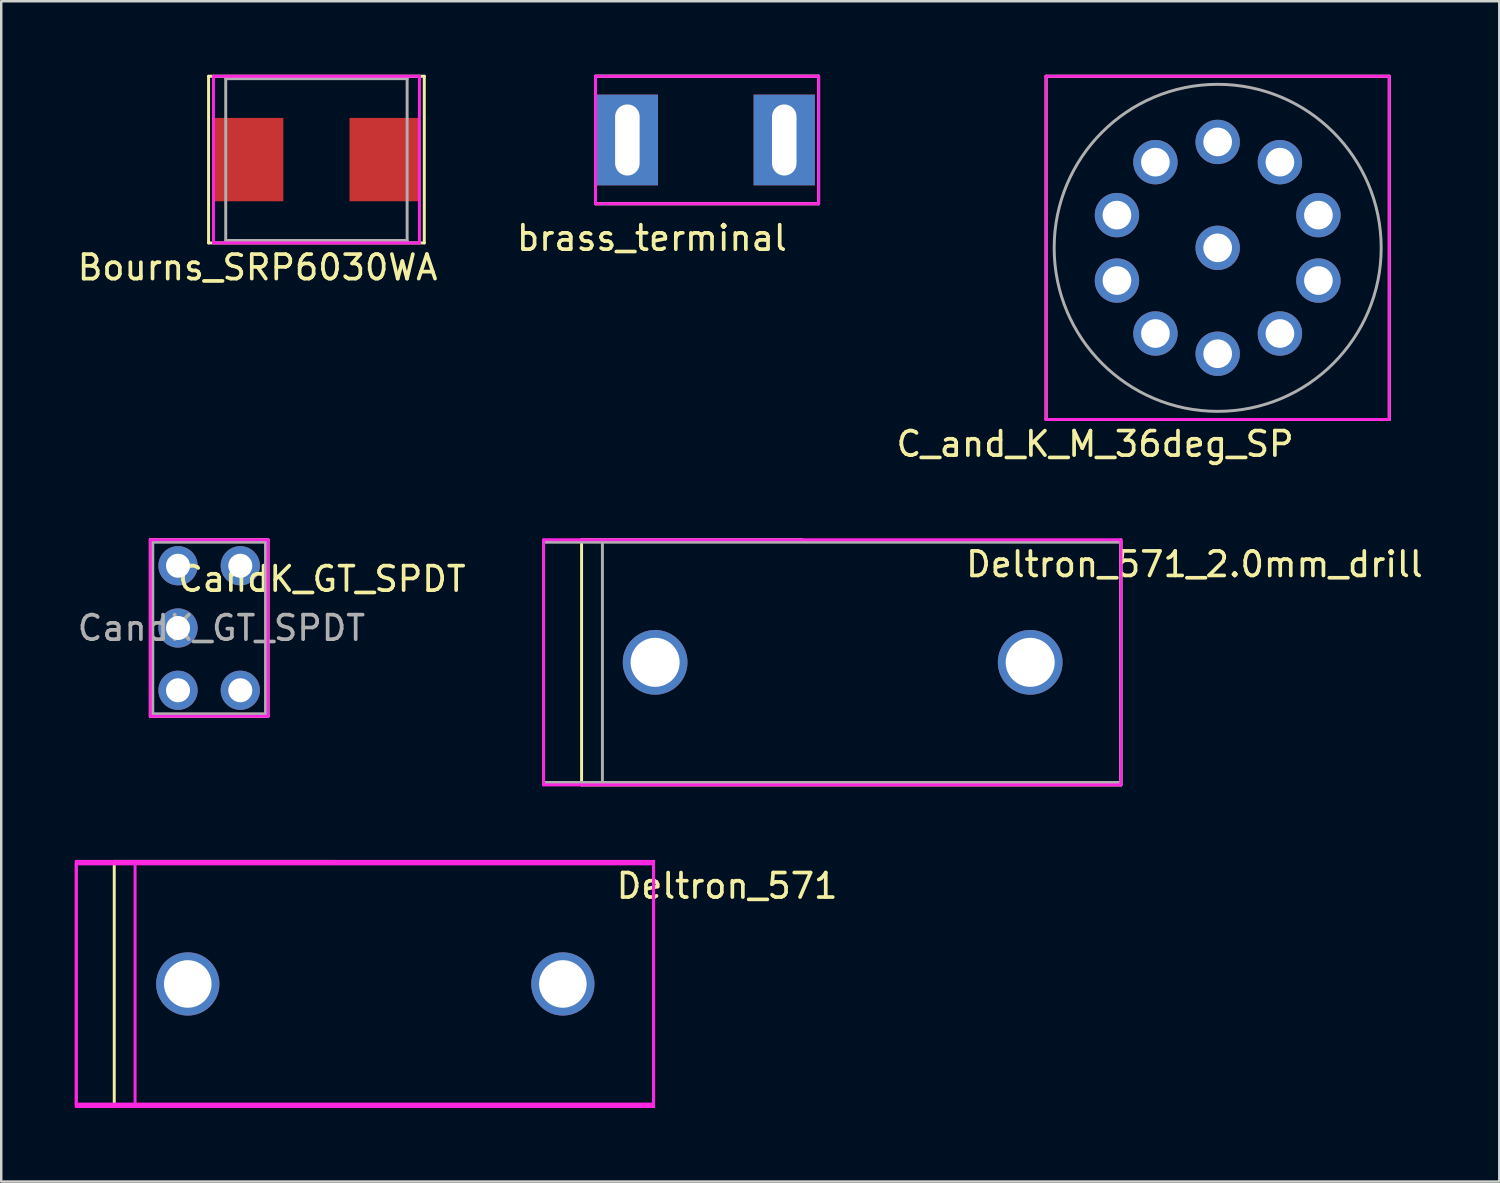
<source format=kicad_pcb>
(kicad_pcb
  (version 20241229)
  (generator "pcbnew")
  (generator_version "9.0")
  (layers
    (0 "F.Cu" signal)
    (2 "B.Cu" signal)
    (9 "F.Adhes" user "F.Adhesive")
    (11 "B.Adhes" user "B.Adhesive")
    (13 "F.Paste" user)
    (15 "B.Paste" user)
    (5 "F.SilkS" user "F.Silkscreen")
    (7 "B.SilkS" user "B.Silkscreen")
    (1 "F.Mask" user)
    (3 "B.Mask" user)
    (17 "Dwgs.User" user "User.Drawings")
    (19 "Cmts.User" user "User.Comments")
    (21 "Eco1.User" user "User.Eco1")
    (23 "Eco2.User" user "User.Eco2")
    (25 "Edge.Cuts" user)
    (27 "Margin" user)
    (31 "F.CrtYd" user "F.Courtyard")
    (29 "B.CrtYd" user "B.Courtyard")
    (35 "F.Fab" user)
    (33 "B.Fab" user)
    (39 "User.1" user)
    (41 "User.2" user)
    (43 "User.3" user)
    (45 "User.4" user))
  (footprint "Deltron_571"
    (layer "F.Cu")
    (at 4.61 37.088)
    (property "Reference" "Deltron_571" (at 22 -4 0) (layer "F.SilkS") (effects (font (size 1 1) (thickness 0.15))))
    (attr through_hole)
    (fp_line (start -3 -5) (end 6 -5) (stroke (width 0.12) (type solid)) (layer "F.SilkS"))
    (fp_line (start -3 5) (end -3 -5) (stroke (width 0.12) (type solid)) (layer "F.SilkS"))
    (fp_line (start 19 -5) (end 19 5) (stroke (width 0.12) (type solid)) (layer "F.SilkS"))
    (fp_line (start 19 5) (end -3 5) (stroke (width 0.12) (type solid)) (layer "F.SilkS"))
    (fp_line (start -4.55 -5) (end -4.55 5) (stroke (width 0.12) (type solid)) (layer "F.CrtYd"))
    (fp_line (start -4.55 -4.9) (end -4.55 4.9) (stroke (width 0.12) (type solid)) (layer "F.CrtYd"))
    (fp_line (start -4.55 4.9) (end -2.15 4.9) (stroke (width 0.12) (type solid)) (layer "F.CrtYd"))
    (fp_line (start -4.55 5) (end 19 5) (stroke (width 0.12) (type solid)) (layer "F.CrtYd"))
    (fp_line (start -2.15 -4.9) (end -4.55 -4.9) (stroke (width 0.12) (type solid)) (layer "F.CrtYd"))
    (fp_line (start -2.15 -4.9) (end -2.15 4.9) (stroke (width 0.12) (type solid)) (layer "F.CrtYd"))
    (fp_line (start -2.15 4.9) (end 19 4.9) (stroke (width 0.12) (type solid)) (layer "F.CrtYd"))
    (fp_line (start 19 -5) (end -4.55 -5) (stroke (width 0.12) (type solid)) (layer "F.CrtYd"))
    (fp_line (start 19 -4.9) (end -2.15 -4.9) (stroke (width 0.12) (type solid)) (layer "F.CrtYd"))
    (fp_line (start 19 4.9) (end 19 -4.9) (stroke (width 0.12) (type solid)) (layer "F.CrtYd"))
    (fp_line (start 19 5) (end 19 -5) (stroke (width 0.12) (type solid)) (layer "F.CrtYd"))
    (pad "1" thru_hole circle (at 0 0) (size 2.58 2.58) (drill 1.94) (layers "*.Cu" "*.Mask"))
    (pad "1" thru_hole circle (at 15.3 0) (size 2.58 2.58) (drill 1.94) (layers "*.Cu" "*.Mask")))
  (footprint "C_and_K_M_36deg_SP"
    (layer "F.Cu")
    (at 46.622 7.06)
    (property "Reference" "C_and_K_M_36deg_SP" (at -5 8 0) (layer "F.SilkS") (effects (font (size 1 1) (thickness 0.15))))
    (attr through_hole)
    (fp_line (start -7 -7) (end 7 -7) (stroke (width 0.12) (type solid)) (layer "F.SilkS"))
    (fp_line (start -7 7) (end -7 -7) (stroke (width 0.12) (type solid)) (layer "F.SilkS"))
    (fp_line (start 7 -7) (end 7 7) (stroke (width 0.12) (type solid)) (layer "F.SilkS"))
    (fp_line (start 7 7) (end -7 7) (stroke (width 0.12) (type solid)) (layer "F.SilkS"))
    (fp_line (start -7 -7) (end 7 -7) (stroke (width 0.12) (type solid)) (layer "F.CrtYd"))
    (fp_line (start -7 7) (end -7 -7) (stroke (width 0.12) (type solid)) (layer "F.CrtYd"))
    (fp_line (start 7 -7) (end 7 7) (stroke (width 0.12) (type solid)) (layer "F.CrtYd"))
    (fp_line (start 7 7) (end -7 7) (stroke (width 0.12) (type solid)) (layer "F.CrtYd"))
    (fp_circle (center 0 0) (end 6.67 0) (stroke (width 0.12) (type solid)) (fill no) (layer "F.Fab"))
    (pad "1" thru_hole circle (at -4.109 -1.335) (size 1.81 1.81) (drill 1.17) (layers "*.Cu" "*.Mask"))
    (pad "2" thru_hole circle (at -2.54 -3.495 324) (size 1.81 1.81) (drill 1.17) (layers "*.Cu" "*.Mask"))
    (pad "3" thru_hole circle (at -0.00009 -4.32 288) (size 1.81 1.81) (drill 1.17) (layers "*.Cu" "*.Mask"))
    (pad "4" thru_hole circle (at 2.539 -3.495 252) (size 1.81 1.81) (drill 1.17) (layers "*.Cu" "*.Mask"))
    (pad "5" thru_hole circle (at 4.109 -1.335 216) (size 1.81 1.81) (drill 1.17) (layers "*.Cu" "*.Mask"))
    (pad "6" thru_hole circle (at 4.109 1.335 180) (size 1.81 1.81) (drill 1.17) (layers "*.Cu" "*.Mask"))
    (pad "7" thru_hole circle (at 2.54 3.495 144) (size 1.81 1.81) (drill 1.17) (layers "*.Cu" "*.Mask"))
    (pad "8" thru_hole circle (at 0.00009 4.32 108) (size 1.81 1.81) (drill 1.17) (layers "*.Cu" "*.Mask"))
    (pad "9" thru_hole circle (at -2.539 3.495 72) (size 1.81 1.81) (drill 1.17) (layers "*.Cu" "*.Mask"))
    (pad "10" thru_hole circle (at -4.109 1.335 36) (size 1.81 1.81) (drill 1.17) (layers "*.Cu" "*.Mask"))
    (pad "11" thru_hole circle (at 0 0) (size 1.81 1.81) (drill 1.17) (layers "*.Cu" "*.Mask")))
  (footprint "Deltron_571_2.0mm_drill"
    (layer "F.Cu")
    (at 23.674 23.968)
    (property "Reference" "Deltron_571_2.0mm_drill" (at 22 -4 0) (layer "F.SilkS") (effects (font (size 1 1) (thickness 0.15))))
    (attr through_hole)
    (fp_line (start -3 -5) (end 6 -5) (stroke (width 0.12) (type solid)) (layer "F.SilkS"))
    (fp_line (start -3 5) (end -3 -5) (stroke (width 0.12) (type solid)) (layer "F.SilkS"))
    (fp_line (start 19 -5) (end 19 5) (stroke (width 0.12) (type solid)) (layer "F.SilkS"))
    (fp_line (start 19 5) (end -3 5) (stroke (width 0.12) (type solid)) (layer "F.SilkS"))
    (fp_line (start -4.55 -5) (end -4.55 5) (stroke (width 0.12) (type solid)) (layer "F.CrtYd"))
    (fp_line (start -4.55 5) (end 19 5) (stroke (width 0.12) (type solid)) (layer "F.CrtYd"))
    (fp_line (start 19 -5) (end -4.55 -5) (stroke (width 0.12) (type solid)) (layer "F.CrtYd"))
    (fp_line (start 19 5) (end 19 -5) (stroke (width 0.12) (type solid)) (layer "F.CrtYd"))
    (fp_line (start -4.55 -4.9) (end -4.55 4.9) (stroke (width 0.12) (type solid)) (layer "F.Fab"))
    (fp_line (start -4.55 4.9) (end -2.15 4.9) (stroke (width 0.12) (type solid)) (layer "F.Fab"))
    (fp_line (start -2.15 -4.9) (end -4.55 -4.9) (stroke (width 0.12) (type solid)) (layer "F.Fab"))
    (fp_line (start -2.15 -4.9) (end -2.15 4.9) (stroke (width 0.12) (type solid)) (layer "F.Fab"))
    (fp_line (start -2.15 4.9) (end 19 4.9) (stroke (width 0.12) (type solid)) (layer "F.Fab"))
    (fp_line (start 19 -4.9) (end -2.15 -4.9) (stroke (width 0.12) (type solid)) (layer "F.Fab"))
    (fp_line (start 19 4.9) (end 19 -4.9) (stroke (width 0.12) (type solid)) (layer "F.Fab"))
    (pad "1" thru_hole circle (at 0 0) (size 2.64 2.64) (drill 2) (layers "*.Cu" "*.Mask"))
    (pad "1" thru_hole circle (at 15.3 0) (size 2.64 2.64) (drill 2) (layers "*.Cu" "*.Mask")))
  (footprint "brass_terminal"
    (layer "F.Cu")
    (at 22.542 2.66)
    (property "Reference" "brass_terminal" (at 1 4 0) (layer "F.SilkS") (effects (font (size 1 1) (thickness 0.15))))
    (attr through_hole)
    (fp_line (start -1.3 -2.6) (end 7.8 -2.6) (stroke (width 0.12) (type solid)) (layer "F.SilkS"))
    (fp_line (start -1.3 2.6) (end -1.3 -2.6) (stroke (width 0.12) (type solid)) (layer "F.SilkS"))
    (fp_line (start 7.8 -2.6) (end 7.8 2.6) (stroke (width 0.12) (type solid)) (layer "F.SilkS"))
    (fp_line (start 7.8 2.6) (end -1.3 2.6) (stroke (width 0.12) (type solid)) (layer "F.SilkS"))
    (fp_line (start -1.3 -2.6) (end 7.8 -2.6) (stroke (width 0.12) (type solid)) (layer "F.CrtYd"))
    (fp_line (start -1.3 2.6) (end -1.3 -2.6) (stroke (width 0.12) (type solid)) (layer "F.CrtYd"))
    (fp_line (start 7.8 -2.6) (end 7.8 2.6) (stroke (width 0.12) (type solid)) (layer "F.CrtYd"))
    (fp_line (start 7.8 2.6) (end -1.3 2.6) (stroke (width 0.12) (type solid)) (layer "F.CrtYd"))
    (fp_line (start -1.3 -2.6) (end 7.8 -2.6) (stroke (width 0.12) (type solid)) (layer "F.Fab"))
    (fp_line (start -1.3 2.6) (end -1.3 -2.6) (stroke (width 0.12) (type solid)) (layer "F.Fab"))
    (fp_line (start 7.8 -2.6) (end 7.8 2.6) (stroke (width 0.12) (type solid)) (layer "F.Fab"))
    (fp_line (start 7.8 2.6) (end -1.3 2.6) (stroke (width 0.12) (type solid)) (layer "F.Fab"))
    (pad "1" thru_hole rect (at 0 0) (size 2.5 3.7) (drill oval 1 2.9) (layers "*.Cu" "*.Mask"))
    (pad "1" thru_hole rect (at 6.4 0) (size 2.5 3.7) (drill oval 1 2.9) (layers "*.Cu" "*.Mask")))
  (footprint "Bourns_SRP6030WA"
    (layer "F.Cu")
    (at 9.858 3.46)
    (property "Reference" "Bourns_SRP6030WA" (at -2.4 4.4 0) (layer "F.SilkS") (effects (font (size 1 1) (thickness 0.15))))
    (attr smd)
    (fp_line (start -4.4 -3.4) (end 4.4 -3.4) (stroke (width 0.12) (type solid)) (layer "F.SilkS"))
    (fp_line (start -4.4 3.4) (end -4.4 -3.4) (stroke (width 0.12) (type solid)) (layer "F.SilkS"))
    (fp_line (start 4.4 -3.4) (end 4.4 3.4) (stroke (width 0.12) (type solid)) (layer "F.SilkS"))
    (fp_line (start 4.4 3.4) (end -4.4 3.4) (stroke (width 0.12) (type solid)) (layer "F.SilkS"))
    (fp_line (start -4.2 -3.4) (end 4.2 -3.4) (stroke (width 0.12) (type solid)) (layer "F.CrtYd"))
    (fp_line (start -4.2 3.4) (end -4.2 -3.4) (stroke (width 0.12) (type solid)) (layer "F.CrtYd"))
    (fp_line (start 4.2 -3.4) (end 4.2 3.4) (stroke (width 0.12) (type solid)) (layer "F.CrtYd"))
    (fp_line (start 4.2 3.4) (end -4.2 3.4) (stroke (width 0.12) (type solid)) (layer "F.CrtYd"))
    (fp_line (start -3.7 -3.3) (end 3.7 -3.3) (stroke (width 0.12) (type solid)) (layer "F.Fab"))
    (fp_line (start -3.7 3.3) (end -3.7 -3.3) (stroke (width 0.12) (type solid)) (layer "F.Fab"))
    (fp_line (start 3.7 -3.3) (end 3.7 3.3) (stroke (width 0.12) (type solid)) (layer "F.Fab"))
    (fp_line (start 3.7 3.3) (end -3.7 3.3) (stroke (width 0.12) (type solid)) (layer "F.Fab"))
    (pad "1" smd rect (at -2.775 0) (size 2.85 3.4) (layers "F.Cu" "F.Mask" "F.Paste"))
    (pad "2" smd rect (at 2.775 0) (size 2.85 3.4) (layers "F.Cu" "F.Mask" "F.Paste")))
  (footprint "CandK_GT_SPDT"
    (layer "F.Cu")
    (at 5.482 22.568)
    (property "Reference" "CandK_GT_SPDT" (at 4.6 -2 0) (layer "F.SilkS") (effects (font (size 1 1) (thickness 0.15))))
    (attr smd)
    (fp_line (start -2.4 -3.6) (end 2.4 -3.6) (stroke (width 0.12) (type solid)) (layer "F.SilkS"))
    (fp_line (start -2.4 3.6) (end -2.4 -3.6) (stroke (width 0.12) (type solid)) (layer "F.SilkS"))
    (fp_line (start 2.4 -3.6) (end 2.4 3.6) (stroke (width 0.12) (type solid)) (layer "F.SilkS"))
    (fp_line (start 2.4 3.6) (end -2.4 3.6) (stroke (width 0.12) (type solid)) (layer "F.SilkS"))
    (fp_line (start -2.4 -3.6) (end 2.4 -3.6) (stroke (width 0.12) (type solid)) (layer "F.CrtYd"))
    (fp_line (start -2.4 3.6) (end -2.4 -3.6) (stroke (width 0.12) (type solid)) (layer "F.CrtYd"))
    (fp_line (start 2.4 -3.6) (end 2.4 3.6) (stroke (width 0.12) (type solid)) (layer "F.CrtYd"))
    (fp_line (start 2.4 3.6) (end -2.4 3.6) (stroke (width 0.12) (type solid)) (layer "F.CrtYd"))
    (fp_line (start -2.3 -3.5) (end 2.3 -3.5) (stroke (width 0.12) (type solid)) (layer "F.Fab"))
    (fp_line (start -2.3 3.5) (end -2.3 -3.5) (stroke (width 0.12) (type solid)) (layer "F.Fab"))
    (fp_line (start 2.3 -3.5) (end 2.3 3.5) (stroke (width 0.12) (type solid)) (layer "F.Fab"))
    (fp_line (start 2.3 3.5) (end -2.3 3.5) (stroke (width 0.12) (type solid)) (layer "F.Fab"))
    (fp_text user "${REFERENCE}" (at 0.5 0 0) (layer "F.Fab") (effects (font (size 1 1) (thickness 0.15))))
    (pad "1" thru_hole circle (at -1.27 2.54) (size 1.6 1.6) (drill 0.98) (layers "*.Cu" "*.Mask"))
    (pad "2" thru_hole circle (at -1.27 0) (size 1.6 1.6) (drill 0.98) (layers "*.Cu" "*.Mask"))
    (pad "3" thru_hole circle (at -1.27 -2.54) (size 1.6 1.6) (drill 0.98) (layers "*.Cu" "*.Mask"))
    (pad "4" thru_hole circle (at 1.27 2.54) (size 1.6 1.6) (drill 0.98) (layers "*.Cu" "*.Mask"))
    (pad "6" thru_hole circle (at 1.27 -2.54) (size 1.6 1.6) (drill 0.98) (layers "*.Cu" "*.Mask")))
  (gr_rect
    (start -3 -3)
    (end 58.109 45.148)
    (stroke (width 0.1) (type default))
    (fill no)
    (layer "Edge.Cuts")))
</source>
